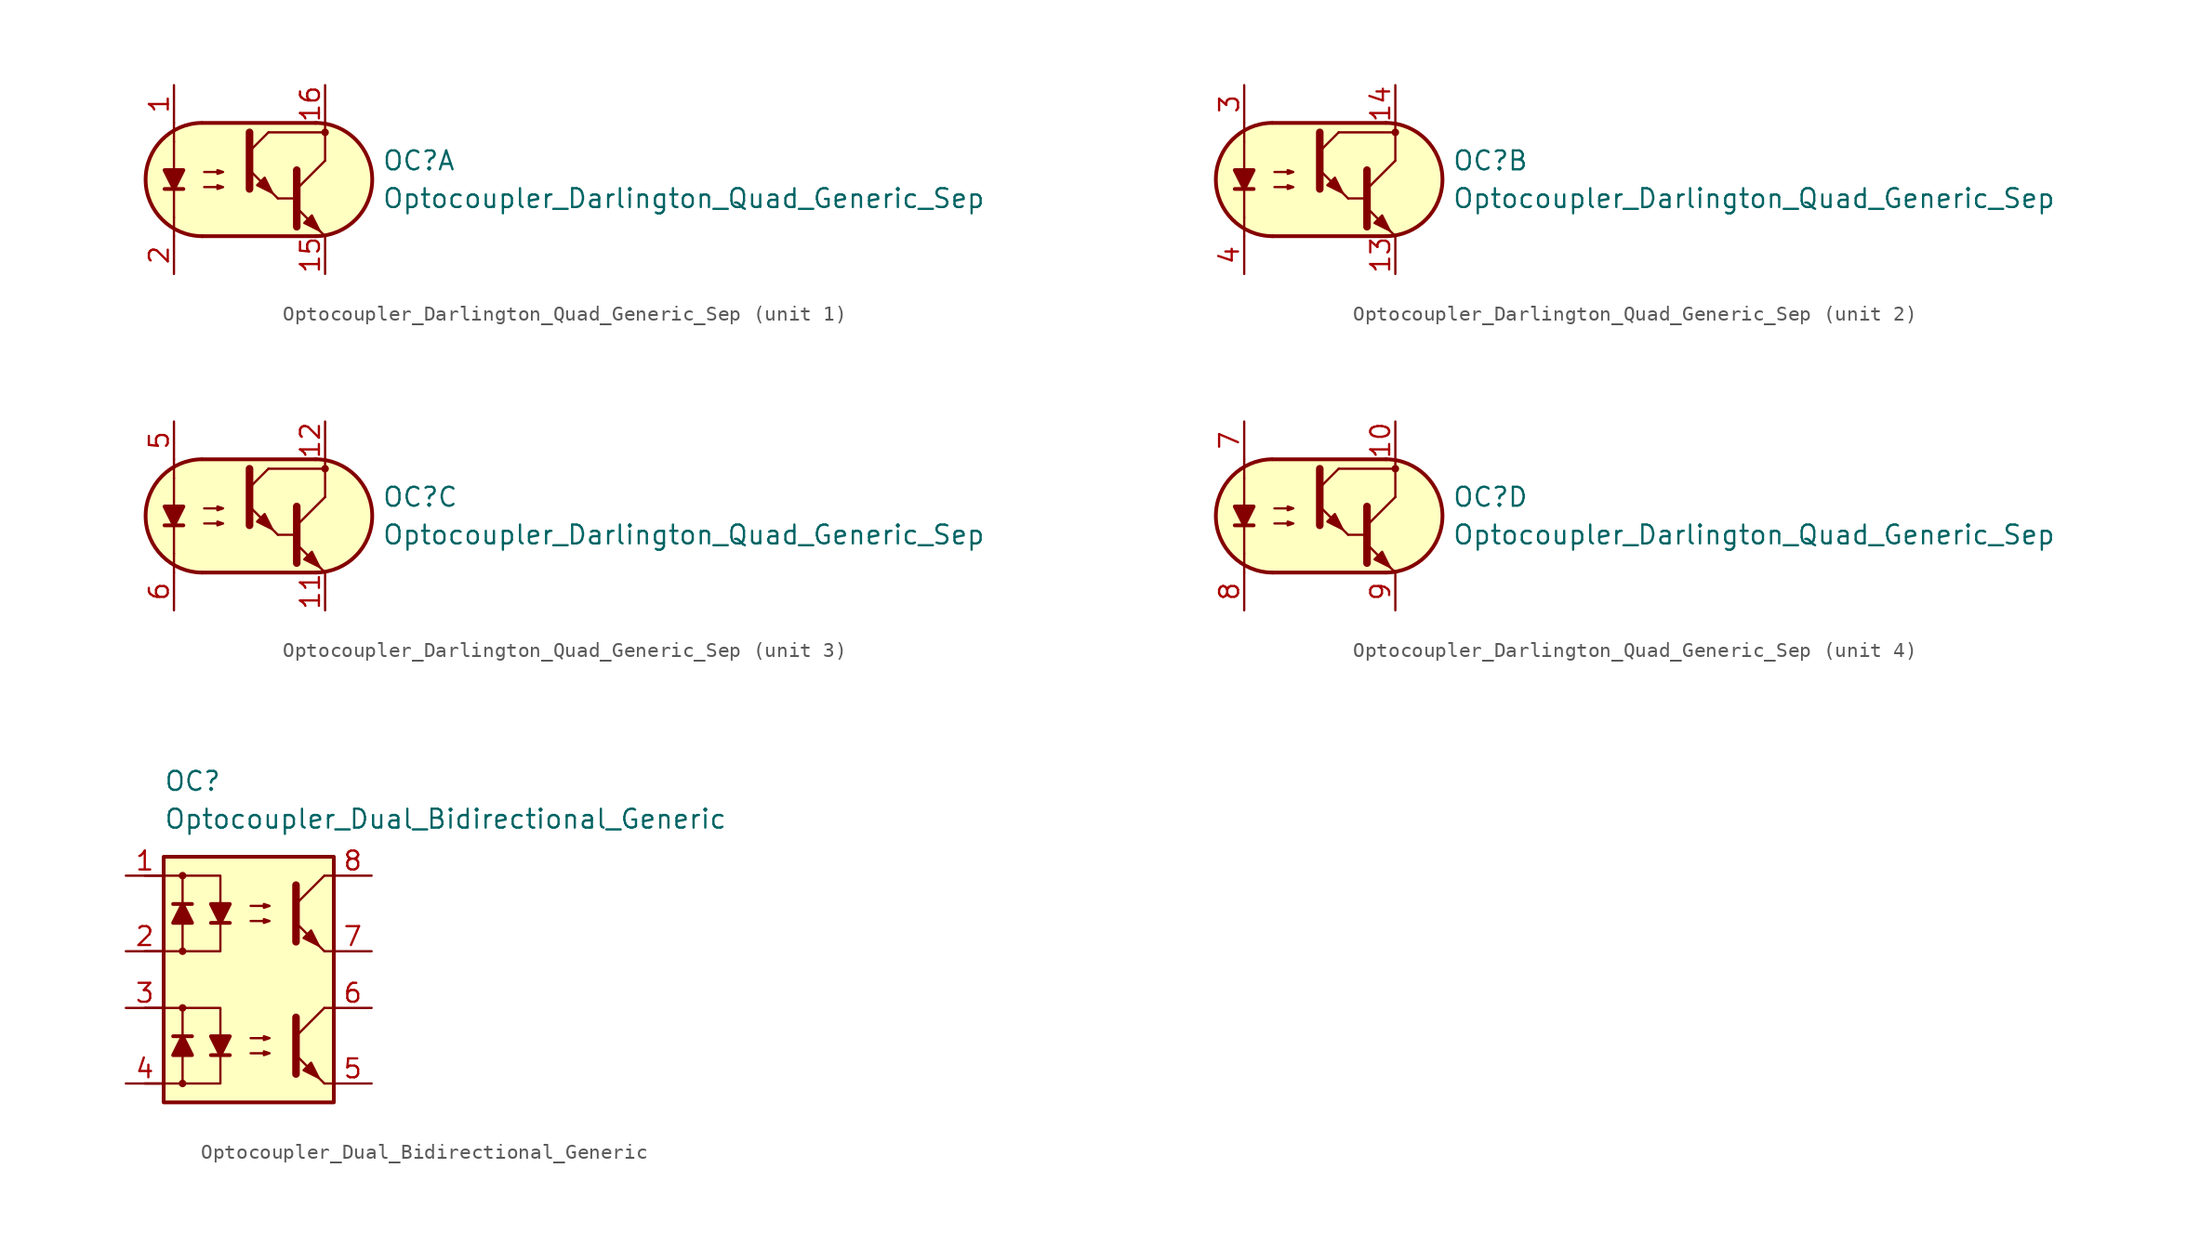
<source format=kicad_sym>
(kicad_symbol_lib
  (version 20211014)
  (generator kicad_symbol_editor)
  (symbol "Optocoupler_Darlington_Quad_Generic_Sep"
    (pin_names
      (offset 1.016))
    (property "Reference" "OC"
      (at 8.89 1.27 0)
      (effects (font (size 1.27 1.27)) (justify left)))
    (property "Value" "Optocoupler_Darlington_Quad_Generic_Sep"
      (at 8.89 -1.27 0)
      (effects (font (size 1.27 1.27)) (justify left)))
    (property "ki_locked" ""
      (at 0 0 0)
      (effects (font (size 1.27 1.27))))
    (symbol "Optocoupler_Darlington_Quad_Generic_Sep_0_1"
      (arc (start -3.2135 3.8099) (mid -6.9851 -0.016) (end -3.1816 -3.8101) (stroke (width 0.254) (type default) (color 0 0 0 0)) (fill (type none)))
      (polyline (pts (xy -5.08 -2.54) (xy -5.08 -3.81)) (stroke (width 0.152) (type default) (color 0 0 0 0)) (fill (type none)))
      (polyline (pts (xy -5.08 -2.54) (xy -5.08 2.54)) (stroke (width 0.152) (type default) (color 0 0 0 0)) (fill (type none)))
      (polyline (pts (xy -5.08 2.54) (xy -5.08 3.81)) (stroke (width 0.152) (type default) (color 0 0 0 0)) (fill (type none)))
      (polyline (pts (xy -3.175 -3.81) (xy 4.445 -3.81)) (stroke (width 0.254) (type default) (color 0 0 0 0)) (fill (type none)))
      (polyline (pts (xy 1.27 3.175) (xy 5.08 3.175)) (stroke (width 0.152) (type default) (color 0 0 0 0)) (fill (type none)))
      (polyline (pts (xy 1.905 -1.27) (xy 3.175 -1.27)) (stroke (width 0) (type default) (color 0 0 0 0)) (fill (type none)))
      (polyline (pts (xy 3.175 -0.635) (xy 5.08 1.27)) (stroke (width 0) (type default) (color 0 0 0 0)) (fill (type none)))
      (polyline (pts (xy 4.445 3.81) (xy -3.175 3.81)) (stroke (width 0.254) (type default) (color 0 0 0 0)) (fill (type none)))
      (polyline (pts (xy 5.08 -3.81) (xy 3.175 -1.905)) (stroke (width 0) (type default) (color 0 0 0 0)) (fill (type outline)))
      (polyline (pts (xy 5.08 1.27) (xy 5.08 3.81)) (stroke (width 0.152) (type default) (color 0 0 0 0)) (fill (type none)))
      (polyline (pts (xy 3.175 0.635) (xy 3.175 -3.175) (xy 3.175 -3.175)) (stroke (width 0.508) (type default) (color 0 0 0 0)) (fill (type none)))
      (polyline (pts (xy -3.048 -0.508) (xy -1.778 -0.508) (xy -2.159 -0.635) (xy -2.159 -0.381) (xy -1.778 -0.508)) (stroke (width 0) (type default) (color 0 0 0 0)) (fill (type none)))
      (polyline (pts (xy -3.048 0.508) (xy -1.778 0.508) (xy -2.159 0.381) (xy -2.159 0.635) (xy -1.778 0.508)) (stroke (width 0) (type default) (color 0 0 0 0)) (fill (type none)))
      (polyline (pts (xy 3.683 -2.921) (xy 4.191 -2.413) (xy 4.699 -3.429) (xy 3.683 -2.921) (xy 3.683 -2.921)) (stroke (width 0) (type default) (color 0 0 0 0)) (fill (type outline)))
      (polyline (pts (xy 4.445 3.81) (xy -2.921 3.81) (xy -3.302 3.81) (xy -3.556 3.81) (xy -4.191 3.683) (xy -4.826 3.429) (xy -5.334 3.175) (xy -6.223 2.286) (xy -6.858 1.016) (xy -6.985 -0.127) (xy -6.731 -1.27) (xy -6.096 -2.413) (xy -5.08 -3.302) (xy -3.556 -3.81) (xy 4.826 -3.81) (xy 5.842 -3.556) (xy 6.858 -2.921) (xy 7.62 -2.159) (xy 8.001 -1.397) (xy 8.255 -0.127) (xy 8.128 0.889) (xy 7.874 1.651) (xy 7.493 2.286) (xy 6.985 2.794) (xy 6.35 3.302) (xy 5.461 3.683) (xy 4.445 3.81)) (stroke (width 0.01) (type default) (color 0 0 0 0)) (fill (type background)))
      (arc (start 4.4769 -3.81) (mid 8.2485 0.0159) (end 4.445 3.81) (stroke (width 0.254) (type default) (color 0 0 0 0)) (fill (type none))))
    (symbol "Optocoupler_Darlington_Quad_Generic_Sep_1_1"
      (polyline (pts (xy -5.715 -0.635) (xy -4.445 -0.635)) (stroke (width 0.254) (type default) (color 0 0 0 0)) (fill (type none)))
      (polyline (pts (xy 0 1.905) (xy 1.27 3.175)) (stroke (width 0) (type default) (color 0 0 0 0)) (fill (type none)))
      (polyline (pts (xy 1.905 -1.27) (xy 0 0.635)) (stroke (width 0) (type default) (color 0 0 0 0)) (fill (type outline)))
      (polyline (pts (xy 0 3.175) (xy 0 -0.635) (xy 0 -0.635)) (stroke (width 0.508) (type default) (color 0 0 0 0)) (fill (type none)))
      (polyline (pts (xy -5.08 -0.635) (xy -5.715 0.635) (xy -4.445 0.635) (xy -5.08 -0.635)) (stroke (width 0.254) (type default) (color 0 0 0 0)) (fill (type outline)))
      (polyline (pts (xy 0.508 -0.381) (xy 1.016 0.127) (xy 1.524 -0.889) (xy 0.508 -0.381) (xy 0.508 -0.381)) (stroke (width 0) (type default) (color 0 0 0 0)) (fill (type outline)))
      (circle (center 5.08 3.175) (radius 0.178) (stroke (width 0) (type default) (color 0 0 0 0)) (fill (type outline)))
      (pin passive line (at -5.08 6.35 270) (length 2.54) (name "~" (effects (font (size 1.27 1.27)))) (number "1" (effects (font (size 1.27 1.27)))))
      (pin passive line (at 5.08 -6.35 90) (length 2.54) (name "~" (effects (font (size 1.27 1.27)))) (number "15" (effects (font (size 1.27 1.27)))))
      (pin passive line (at 5.08 6.35 270) (length 2.54) (name "~" (effects (font (size 1.27 1.27)))) (number "16" (effects (font (size 1.27 1.27)))))
      (pin passive line (at -5.08 -6.35 90) (length 2.54) (name "~" (effects (font (size 1.27 1.27)))) (number "2" (effects (font (size 1.27 1.27))))))
    (symbol "Optocoupler_Darlington_Quad_Generic_Sep_2_1"
      (polyline (pts (xy -5.715 -0.635) (xy -4.445 -0.635)) (stroke (width 0.254) (type default) (color 0 0 0 0)) (fill (type none)))
      (polyline (pts (xy 0 1.905) (xy 1.27 3.175)) (stroke (width 0) (type default) (color 0 0 0 0)) (fill (type none)))
      (polyline (pts (xy 1.905 -1.27) (xy 0 0.635)) (stroke (width 0) (type default) (color 0 0 0 0)) (fill (type outline)))
      (polyline (pts (xy 0 3.175) (xy 0 -0.635) (xy 0 -0.635)) (stroke (width 0.508) (type default) (color 0 0 0 0)) (fill (type none)))
      (polyline (pts (xy -5.08 -0.635) (xy -5.715 0.635) (xy -4.445 0.635) (xy -5.08 -0.635)) (stroke (width 0.254) (type default) (color 0 0 0 0)) (fill (type outline)))
      (polyline (pts (xy 0.508 -0.381) (xy 1.016 0.127) (xy 1.524 -0.889) (xy 0.508 -0.381) (xy 0.508 -0.381)) (stroke (width 0) (type default) (color 0 0 0 0)) (fill (type outline)))
      (circle (center 5.08 3.175) (radius 0.178) (stroke (width 0) (type default) (color 0 0 0 0)) (fill (type outline)))
      (pin passive line (at 5.08 -6.35 90) (length 2.54) (name "~" (effects (font (size 1.27 1.27)))) (number "13" (effects (font (size 1.27 1.27)))))
      (pin passive line (at 5.08 6.35 270) (length 2.54) (name "~" (effects (font (size 1.27 1.27)))) (number "14" (effects (font (size 1.27 1.27)))))
      (pin passive line (at -5.08 6.35 270) (length 2.54) (name "~" (effects (font (size 1.27 1.27)))) (number "3" (effects (font (size 1.27 1.27)))))
      (pin passive line (at -5.08 -6.35 90) (length 2.54) (name "~" (effects (font (size 1.27 1.27)))) (number "4" (effects (font (size 1.27 1.27))))))
    (symbol "Optocoupler_Darlington_Quad_Generic_Sep_3_1"
      (polyline (pts (xy -5.715 -0.635) (xy -4.445 -0.635)) (stroke (width 0.254) (type default) (color 0 0 0 0)) (fill (type none)))
      (polyline (pts (xy 0 1.905) (xy 1.27 3.175)) (stroke (width 0) (type default) (color 0 0 0 0)) (fill (type none)))
      (polyline (pts (xy 1.905 -1.27) (xy 0 0.635)) (stroke (width 0) (type default) (color 0 0 0 0)) (fill (type outline)))
      (polyline (pts (xy 0 3.175) (xy 0 -0.635) (xy 0 -0.635)) (stroke (width 0.508) (type default) (color 0 0 0 0)) (fill (type none)))
      (polyline (pts (xy -5.08 -0.635) (xy -5.715 0.635) (xy -4.445 0.635) (xy -5.08 -0.635)) (stroke (width 0.254) (type default) (color 0 0 0 0)) (fill (type outline)))
      (polyline (pts (xy 0.508 -0.381) (xy 1.016 0.127) (xy 1.524 -0.889) (xy 0.508 -0.381) (xy 0.508 -0.381)) (stroke (width 0) (type default) (color 0 0 0 0)) (fill (type outline)))
      (circle (center 5.08 3.175) (radius 0.178) (stroke (width 0) (type default) (color 0 0 0 0)) (fill (type outline)))
      (pin passive line (at 5.08 -6.35 90) (length 2.54) (name "~" (effects (font (size 1.27 1.27)))) (number "11" (effects (font (size 1.27 1.27)))))
      (pin passive line (at 5.08 6.35 270) (length 2.54) (name "~" (effects (font (size 1.27 1.27)))) (number "12" (effects (font (size 1.27 1.27)))))
      (pin passive line (at -5.08 6.35 270) (length 2.54) (name "~" (effects (font (size 1.27 1.27)))) (number "5" (effects (font (size 1.27 1.27)))))
      (pin passive line (at -5.08 -6.35 90) (length 2.54) (name "~" (effects (font (size 1.27 1.27)))) (number "6" (effects (font (size 1.27 1.27))))))
    (symbol "Optocoupler_Darlington_Quad_Generic_Sep_4_1"
      (polyline (pts (xy -5.715 -0.635) (xy -4.445 -0.635)) (stroke (width 0.254) (type default) (color 0 0 0 0)) (fill (type none)))
      (polyline (pts (xy 0 1.905) (xy 1.27 3.175)) (stroke (width 0) (type default) (color 0 0 0 0)) (fill (type none)))
      (polyline (pts (xy 1.905 -1.27) (xy 0 0.635)) (stroke (width 0) (type default) (color 0 0 0 0)) (fill (type outline)))
      (polyline (pts (xy 0 3.175) (xy 0 -0.635) (xy 0 -0.635)) (stroke (width 0.508) (type default) (color 0 0 0 0)) (fill (type none)))
      (polyline (pts (xy -5.08 -0.635) (xy -5.715 0.635) (xy -4.445 0.635) (xy -5.08 -0.635)) (stroke (width 0.254) (type default) (color 0 0 0 0)) (fill (type outline)))
      (polyline (pts (xy 0.508 -0.381) (xy 1.016 0.127) (xy 1.524 -0.889) (xy 0.508 -0.381) (xy 0.508 -0.381)) (stroke (width 0) (type default) (color 0 0 0 0)) (fill (type outline)))
      (circle (center 5.08 3.175) (radius 0.178) (stroke (width 0) (type default) (color 0 0 0 0)) (fill (type outline)))
      (pin passive line (at 5.08 6.35 270) (length 2.54) (name "~" (effects (font (size 1.27 1.27)))) (number "10" (effects (font (size 1.27 1.27)))))
      (pin passive line (at -5.08 6.35 270) (length 2.54) (name "~" (effects (font (size 1.27 1.27)))) (number "7" (effects (font (size 1.27 1.27)))))
      (pin passive line (at -5.08 -6.35 90) (length 2.54) (name "~" (effects (font (size 1.27 1.27)))) (number "8" (effects (font (size 1.27 1.27)))))
      (pin passive line (at 5.08 -6.35 90) (length 2.54) (name "~" (effects (font (size 1.27 1.27)))) (number "9" (effects (font (size 1.27 1.27)))))))
  (symbol "Optocoupler_Dual_Bidirectional_Generic"
    (pin_names
      (offset 1.016))
    (property "Reference" "OC"
      (at -6.35 8.89 0)
      (effects (font (size 1.27 1.27)) (justify left)))
    (property "Value" "Optocoupler_Dual_Bidirectional_Generic"
      (at -6.35 6.35 0)
      (effects (font (size 1.27 1.27)) (justify left)))
    (symbol "Optocoupler_Dual_Bidirectional_Generic_0_0"
      (rectangle (start -6.35 3.81) (end 5.08 -12.7) (stroke (width 0.254) (type default) (color 0 0 0 0)) (fill (type background))))
    (symbol "Optocoupler_Dual_Bidirectional_Generic_0_1"
      (polyline (pts (xy 2.54 0.635) (xy 4.445 2.54)) (stroke (width 0) (type default) (color 0 0 0 0)) (fill (type none)))
      (polyline (pts (xy 4.445 -2.54) (xy 2.54 -0.635)) (stroke (width 0) (type default) (color 0 0 0 0)) (fill (type outline)))
      (polyline (pts (xy 4.445 -2.54) (xy 5.08 -2.54)) (stroke (width 0) (type default) (color 0 0 0 0)) (fill (type none)))
      (polyline (pts (xy 4.445 2.54) (xy 5.08 2.54)) (stroke (width 0) (type default) (color 0 0 0 0)) (fill (type none)))
      (polyline (pts (xy 2.54 1.905) (xy 2.54 -1.905) (xy 2.54 -1.905)) (stroke (width 0.508) (type default) (color 0 0 0 0)) (fill (type none)))
      (polyline (pts (xy -0.508 -0.508) (xy 0.762 -0.508) (xy 0.381 -0.635) (xy 0.381 -0.381) (xy 0.762 -0.508)) (stroke (width 0) (type default) (color 0 0 0 0)) (fill (type none)))
      (polyline (pts (xy -0.508 0.508) (xy 0.762 0.508) (xy 0.381 0.381) (xy 0.381 0.635) (xy 0.762 0.508)) (stroke (width 0) (type default) (color 0 0 0 0)) (fill (type none)))
      (polyline (pts (xy 3.048 -1.651) (xy 3.556 -1.143) (xy 4.064 -2.159) (xy 3.048 -1.651) (xy 3.048 -1.651)) (stroke (width 0) (type default) (color 0 0 0 0)) (fill (type outline))))
    (symbol "Optocoupler_Dual_Bidirectional_Generic_1_1"
      (circle (center -5.08 -11.43) (radius 0.178) (stroke (width 0) (type default) (color 0 0 0 0)) (fill (type outline)))
      (circle (center -5.08 -6.35) (radius 0.178) (stroke (width 0) (type default) (color 0 0 0 0)) (fill (type outline)))
      (circle (center -5.08 -2.54) (radius 0.178) (stroke (width 0) (type default) (color 0 0 0 0)) (fill (type outline)))
      (circle (center -5.08 2.54) (radius 0.178) (stroke (width 0) (type default) (color 0 0 0 0)) (fill (type outline)))
      (polyline (pts (xy -4.445 -8.255) (xy -5.715 -8.255)) (stroke (width 0.254) (type default) (color 0 0 0 0)) (fill (type none)))
      (polyline (pts (xy -4.445 0.635) (xy -5.715 0.635)) (stroke (width 0.254) (type default) (color 0 0 0 0)) (fill (type none)))
      (polyline (pts (xy -3.175 -9.525) (xy -1.905 -9.525)) (stroke (width 0.254) (type default) (color 0 0 0 0)) (fill (type none)))
      (polyline (pts (xy -3.175 -0.635) (xy -1.905 -0.635)) (stroke (width 0.254) (type default) (color 0 0 0 0)) (fill (type none)))
      (polyline (pts (xy 2.54 -8.255) (xy 4.445 -6.35)) (stroke (width 0) (type default) (color 0 0 0 0)) (fill (type none)))
      (polyline (pts (xy 4.445 -11.43) (xy 2.54 -9.525)) (stroke (width 0) (type default) (color 0 0 0 0)) (fill (type outline)))
      (polyline (pts (xy 4.445 -11.43) (xy 5.08 -11.43)) (stroke (width 0) (type default) (color 0 0 0 0)) (fill (type none)))
      (polyline (pts (xy 4.445 -6.35) (xy 5.08 -6.35)) (stroke (width 0) (type default) (color 0 0 0 0)) (fill (type none)))
      (polyline (pts (xy -7.62 -6.35) (xy -5.08 -6.35) (xy -5.08 -9.525)) (stroke (width 0) (type default) (color 0 0 0 0)) (fill (type none)))
      (polyline (pts (xy -7.62 2.54) (xy -5.08 2.54) (xy -5.08 -0.635)) (stroke (width 0) (type default) (color 0 0 0 0)) (fill (type none)))
      (polyline (pts (xy -5.08 -9.525) (xy -5.08 -11.43) (xy -7.62 -11.43)) (stroke (width 0) (type default) (color 0 0 0 0)) (fill (type none)))
      (polyline (pts (xy -5.08 -6.35) (xy -2.54 -6.35) (xy -2.54 -9.525)) (stroke (width 0) (type default) (color 0 0 0 0)) (fill (type none)))
      (polyline (pts (xy -5.08 -0.635) (xy -5.08 -2.54) (xy -7.62 -2.54)) (stroke (width 0) (type default) (color 0 0 0 0)) (fill (type none)))
      (polyline (pts (xy -5.08 2.54) (xy -2.54 2.54) (xy -2.54 -0.635)) (stroke (width 0) (type default) (color 0 0 0 0)) (fill (type none)))
      (polyline (pts (xy -2.54 -9.525) (xy -2.54 -11.43) (xy -5.08 -11.43)) (stroke (width 0) (type default) (color 0 0 0 0)) (fill (type none)))
      (polyline (pts (xy -2.54 -0.635) (xy -2.54 -2.54) (xy -5.08 -2.54)) (stroke (width 0) (type default) (color 0 0 0 0)) (fill (type none)))
      (polyline (pts (xy 2.54 -6.985) (xy 2.54 -10.795) (xy 2.54 -10.795)) (stroke (width 0.508) (type default) (color 0 0 0 0)) (fill (type none)))
      (polyline (pts (xy -5.08 -8.255) (xy -4.445 -9.525) (xy -5.715 -9.525) (xy -5.08 -8.255)) (stroke (width 0.254) (type default) (color 0 0 0 0)) (fill (type outline)))
      (polyline (pts (xy -5.08 0.635) (xy -4.445 -0.635) (xy -5.715 -0.635) (xy -5.08 0.635)) (stroke (width 0.254) (type default) (color 0 0 0 0)) (fill (type outline)))
      (polyline (pts (xy -2.54 -9.525) (xy -3.175 -8.255) (xy -1.905 -8.255) (xy -2.54 -9.525)) (stroke (width 0.254) (type default) (color 0 0 0 0)) (fill (type outline)))
      (polyline (pts (xy -2.54 -0.635) (xy -3.175 0.635) (xy -1.905 0.635) (xy -2.54 -0.635)) (stroke (width 0.254) (type default) (color 0 0 0 0)) (fill (type outline)))
      (polyline (pts (xy -0.508 -9.398) (xy 0.762 -9.398) (xy 0.381 -9.525) (xy 0.381 -9.271) (xy 0.762 -9.398)) (stroke (width 0) (type default) (color 0 0 0 0)) (fill (type none)))
      (polyline (pts (xy -0.508 -8.382) (xy 0.762 -8.382) (xy 0.381 -8.509) (xy 0.381 -8.255) (xy 0.762 -8.382)) (stroke (width 0) (type default) (color 0 0 0 0)) (fill (type none)))
      (polyline (pts (xy 3.048 -10.541) (xy 3.556 -10.033) (xy 4.064 -11.049) (xy 3.048 -10.541) (xy 3.048 -10.541)) (stroke (width 0) (type default) (color 0 0 0 0)) (fill (type outline)))
      (pin passive line (at -8.89 2.54 0) (length 2.54) (name "~" (effects (font (size 1.27 1.27)))) (number "1" (effects (font (size 1.27 1.27)))))
      (pin passive line (at -8.89 -2.54 0) (length 2.54) (name "~" (effects (font (size 1.27 1.27)))) (number "2" (effects (font (size 1.27 1.27)))))
      (pin passive line (at -8.89 -6.35 0) (length 2.54) (name "~" (effects (font (size 1.27 1.27)))) (number "3" (effects (font (size 1.27 1.27)))))
      (pin passive line (at -8.89 -11.43 0) (length 2.54) (name "~" (effects (font (size 1.27 1.27)))) (number "4" (effects (font (size 1.27 1.27)))))
      (pin passive line (at 7.62 -11.43 180) (length 2.54) (name "~" (effects (font (size 1.27 1.27)))) (number "5" (effects (font (size 1.27 1.27)))))
      (pin passive line (at 7.62 -6.35 180) (length 2.54) (name "~" (effects (font (size 1.27 1.27)))) (number "6" (effects (font (size 1.27 1.27)))))
      (pin passive line (at 7.62 -2.54 180) (length 2.54) (name "~" (effects (font (size 1.27 1.27)))) (number "7" (effects (font (size 1.27 1.27)))))
      (pin passive line (at 7.62 2.54 180) (length 2.54) (name "~" (effects (font (size 1.27 1.27)))) (number "8" (effects (font (size 1.27 1.27))))))))
</source>
